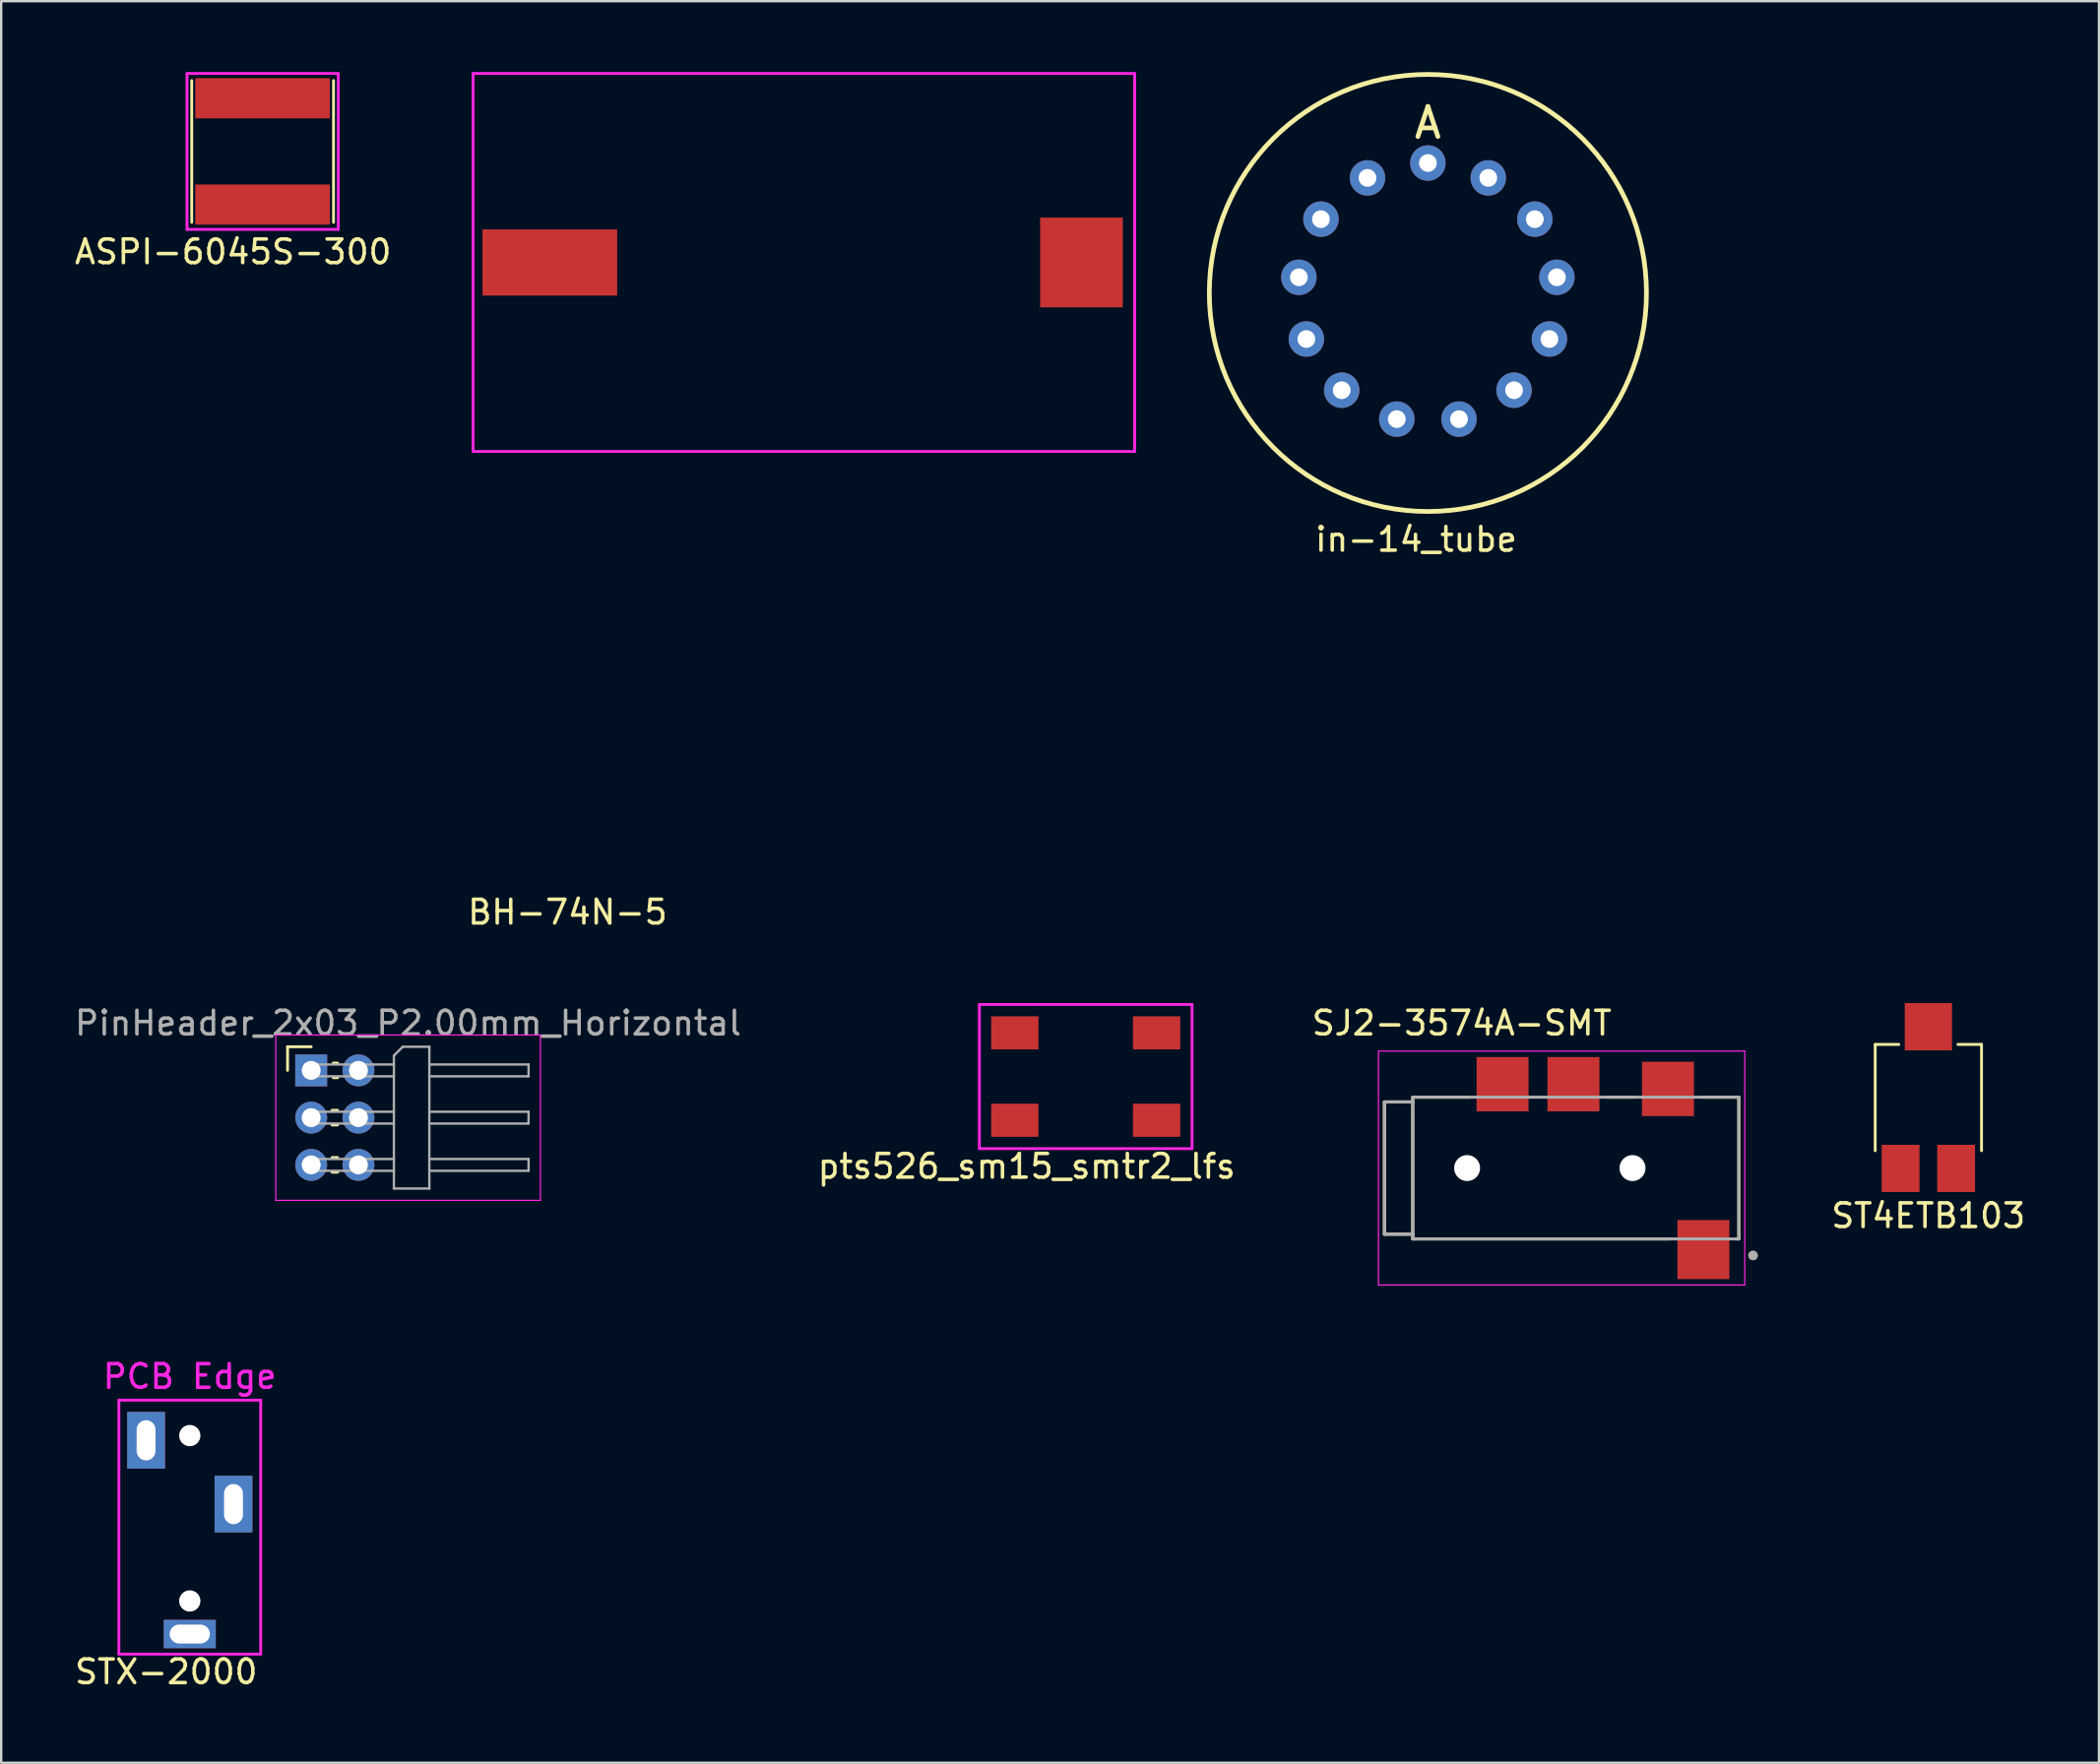
<source format=kicad_pcb>
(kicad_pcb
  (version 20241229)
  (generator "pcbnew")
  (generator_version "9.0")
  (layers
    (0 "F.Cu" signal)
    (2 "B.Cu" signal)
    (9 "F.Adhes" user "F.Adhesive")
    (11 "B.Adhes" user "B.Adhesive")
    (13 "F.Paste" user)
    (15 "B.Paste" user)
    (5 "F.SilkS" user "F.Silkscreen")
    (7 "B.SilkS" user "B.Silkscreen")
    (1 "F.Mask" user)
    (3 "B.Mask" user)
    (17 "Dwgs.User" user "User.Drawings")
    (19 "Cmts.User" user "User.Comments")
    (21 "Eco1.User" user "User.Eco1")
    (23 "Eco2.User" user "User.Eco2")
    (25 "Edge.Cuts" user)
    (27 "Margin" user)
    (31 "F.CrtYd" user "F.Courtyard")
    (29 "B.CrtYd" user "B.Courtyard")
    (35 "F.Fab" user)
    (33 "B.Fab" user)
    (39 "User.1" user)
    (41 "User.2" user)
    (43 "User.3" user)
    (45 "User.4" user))
  (footprint "in-14_tube"
    (layer "F.Cu")
    (at 57.38 9.35)
    (property "Reference" "in-14_tube" (at -0.5 10.43 0) (layer "F.SilkS") (effects (font (size 1 1) (thickness 0.15))))
    (attr through_hole)
    (fp_circle (center 0 0) (end 9.25 0) (stroke (width 0.2) (type solid)) (fill no) (layer "F.SilkS"))
    (fp_text user "A" (at 0 -7.2 0) (layer "F.SilkS") (effects (font (size 1.27 1.27) (thickness 0.2))))
    (pad "1" thru_hole circle (at 0 -5.5) (size 1.5 1.5) (drill 0.75) (layers "*.Cu" "*.Mask"))
    (pad "2" thru_hole circle (at 2.556 -4.87 0.2) (size 1.5 1.5) (drill 0.75) (layers "*.Cu" "*.Mask"))
    (pad "3" thru_hole circle (at 4.526 -3.124 0.2) (size 1.5 1.5) (drill 0.75) (layers "*.Cu" "*.Mask"))
    (pad "4" thru_hole circle (at 5.46 -0.663 0.2) (size 1.5 1.5) (drill 0.75) (layers "*.Cu" "*.Mask"))
    (pad "5" thru_hole circle (at 5.143 1.95 0.2) (size 1.5 1.5) (drill 0.75) (layers "*.Cu" "*.Mask"))
    (pad "6" thru_hole circle (at 3.647 4.117 0.2) (size 1.5 1.5) (drill 0.75) (layers "*.Cu" "*.Mask"))
    (pad "7" thru_hole circle (at 1.316 5.34 0.2) (size 1.5 1.5) (drill 0.75) (layers "*.Cu" "*.Mask"))
    (pad "8" thru_hole circle (at -1.316 5.34 0.2) (size 1.5 1.5) (drill 0.75) (layers "*.Cu" "*.Mask"))
    (pad "9" thru_hole circle (at -3.647 4.117 0.2) (size 1.5 1.5) (drill 0.75) (layers "*.Cu" "*.Mask"))
    (pad "10" thru_hole circle (at -5.143 1.95 0.2) (size 1.5 1.5) (drill 0.75) (layers "*.Cu" "*.Mask"))
    (pad "11" thru_hole circle (at -5.46 -0.663 0.2) (size 1.5 1.5) (drill 0.75) (layers "*.Cu" "*.Mask"))
    (pad "12" thru_hole circle (at -4.526 -3.124 0.2) (size 1.5 1.5) (drill 0.75) (layers "*.Cu" "*.Mask"))
    (pad "13" thru_hole circle (at -2.556 -4.87 0.2) (size 1.5 1.5) (drill 0.75) (layers "*.Cu" "*.Mask")))
  (footprint "BH-74N-5"
    (layer "F.Cu")
    (at 29.72 8.06)
    (property "Reference" "BH-74N-5" (at -8.75 27.5 0) (layer "F.SilkS") (effects (font (size 1 1) (thickness 0.15))))
    (attr through_hole)
    (fp_line (start -12.75 -8) (end -12.75 8) (stroke (width 0.12) (type solid)) (layer "F.CrtYd"))
    (fp_line (start 15.25 -8) (end -12.75 -8) (stroke (width 0.12) (type solid)) (layer "F.CrtYd"))
    (fp_line (start 15.25 -8) (end 15.25 8) (stroke (width 0.12) (type solid)) (layer "F.CrtYd"))
    (fp_line (start 15.25 8) (end -12.75 8) (stroke (width 0.12) (type solid)) (layer "F.CrtYd"))
    (pad "1" smd rect (at -9.5 0) (size 5.7 2.8) (layers "F.Cu" "F.Mask" "F.Paste"))
    (pad "2" smd rect (at 13 0) (size 3.5 3.8) (layers "F.Cu" "F.Mask" "F.Paste")))
  (footprint "PinHeader_2x03_P2.00mm_Horizontal"
    (layer "F.Cu")
    (at 10.12 42.257)
    (property "Reference" "PinHeader_2x03_P2.00mm_Horizontal" (at 4.1 -2 180) (layer "F.Fab") (effects (font (size 1 1) (thickness 0.15))))
    (attr through_hole)
    (fp_line (start -1 -1) (end 0 -1) (stroke (width 0.12) (type solid)) (layer "F.SilkS"))
    (fp_line (start -1 0) (end -1 -1) (stroke (width 0.12) (type solid)) (layer "F.SilkS"))
    (fp_line (start 0.882 1.69) (end 1.118 1.69) (stroke (width 0.12) (type solid)) (layer "F.SilkS"))
    (fp_line (start 0.882 2.31) (end 1.118 2.31) (stroke (width 0.12) (type solid)) (layer "F.SilkS"))
    (fp_line (start 0.882 3.69) (end 1.118 3.69) (stroke (width 0.12) (type solid)) (layer "F.SilkS"))
    (fp_line (start 0.882 4.31) (end 1.118 4.31) (stroke (width 0.12) (type solid)) (layer "F.SilkS"))
    (fp_line (start 0.935 -0.31) (end 1.118 -0.31) (stroke (width 0.12) (type solid)) (layer "F.SilkS"))
    (fp_line (start 0.935 0.31) (end 1.118 0.31) (stroke (width 0.12) (type solid)) (layer "F.SilkS"))
    (fp_line (start -1.5 -1.5) (end -1.5 5.5) (stroke (width 0.05) (type solid)) (layer "F.CrtYd"))
    (fp_line (start -1.5 5.5) (end 9.7 5.5) (stroke (width 0.05) (type solid)) (layer "F.CrtYd"))
    (fp_line (start 9.7 -1.5) (end -1.5 -1.5) (stroke (width 0.05) (type solid)) (layer "F.CrtYd"))
    (fp_line (start 9.7 5.5) (end 9.7 -1.5) (stroke (width 0.05) (type solid)) (layer "F.CrtYd"))
    (fp_line (start -0.25 -0.25) (end -0.25 0.25) (stroke (width 0.1) (type solid)) (layer "F.Fab"))
    (fp_line (start -0.25 -0.25) (end 3.5 -0.25) (stroke (width 0.1) (type solid)) (layer "F.Fab"))
    (fp_line (start -0.25 0.25) (end 3.5 0.25) (stroke (width 0.1) (type solid)) (layer "F.Fab"))
    (fp_line (start -0.25 1.75) (end -0.25 2.25) (stroke (width 0.1) (type solid)) (layer "F.Fab"))
    (fp_line (start -0.25 1.75) (end 3.5 1.75) (stroke (width 0.1) (type solid)) (layer "F.Fab"))
    (fp_line (start -0.25 2.25) (end 3.5 2.25) (stroke (width 0.1) (type solid)) (layer "F.Fab"))
    (fp_line (start -0.25 3.75) (end -0.25 4.25) (stroke (width 0.1) (type solid)) (layer "F.Fab"))
    (fp_line (start -0.25 3.75) (end 3.5 3.75) (stroke (width 0.1) (type solid)) (layer "F.Fab"))
    (fp_line (start -0.25 4.25) (end 3.5 4.25) (stroke (width 0.1) (type solid)) (layer "F.Fab"))
    (fp_line (start 3.5 -0.625) (end 3.875 -1) (stroke (width 0.1) (type solid)) (layer "F.Fab"))
    (fp_line (start 3.5 5) (end 3.5 -0.625) (stroke (width 0.1) (type solid)) (layer "F.Fab"))
    (fp_line (start 3.875 -1) (end 5 -1) (stroke (width 0.1) (type solid)) (layer "F.Fab"))
    (fp_line (start 5 -1) (end 5 5) (stroke (width 0.1) (type solid)) (layer "F.Fab"))
    (fp_line (start 5 -0.25) (end 9.2 -0.25) (stroke (width 0.1) (type solid)) (layer "F.Fab"))
    (fp_line (start 5 0.25) (end 9.2 0.25) (stroke (width 0.1) (type solid)) (layer "F.Fab"))
    (fp_line (start 5 1.75) (end 9.2 1.75) (stroke (width 0.1) (type solid)) (layer "F.Fab"))
    (fp_line (start 5 2.25) (end 9.2 2.25) (stroke (width 0.1) (type solid)) (layer "F.Fab"))
    (fp_line (start 5 3.75) (end 9.2 3.75) (stroke (width 0.1) (type solid)) (layer "F.Fab"))
    (fp_line (start 5 4.25) (end 9.2 4.25) (stroke (width 0.1) (type solid)) (layer "F.Fab"))
    (fp_line (start 5 5) (end 3.5 5) (stroke (width 0.1) (type solid)) (layer "F.Fab"))
    (fp_line (start 9.2 -0.25) (end 9.2 0.25) (stroke (width 0.1) (type solid)) (layer "F.Fab"))
    (fp_line (start 9.2 1.75) (end 9.2 2.25) (stroke (width 0.1) (type solid)) (layer "F.Fab"))
    (fp_line (start 9.2 3.75) (end 9.2 4.25) (stroke (width 0.1) (type solid)) (layer "F.Fab"))
    (pad "1" thru_hole rect (at 0 0) (size 1.35 1.35) (drill 0.8) (layers "*.Cu" "*.Mask"))
    (pad "2" thru_hole oval (at 2 0) (size 1.35 1.35) (drill 0.8) (layers "*.Cu" "*.Mask"))
    (pad "3" thru_hole oval (at 0 2) (size 1.35 1.35) (drill 0.8) (layers "*.Cu" "*.Mask"))
    (pad "4" thru_hole oval (at 2 2) (size 1.35 1.35) (drill 0.8) (layers "*.Cu" "*.Mask"))
    (pad "5" thru_hole oval (at 0 4) (size 1.35 1.35) (drill 0.8) (layers "*.Cu" "*.Mask"))
    (pad "6" thru_hole oval (at 2 4) (size 1.35 1.35) (drill 0.8) (layers "*.Cu" "*.Mask")))
  (footprint "pts526_sm15_smtr2_lfs"
    (layer "F.Cu")
    (at 42.899 42.518)
    (property "Reference" "pts526_sm15_smtr2_lfs" (at -2.5 3.8 0) (layer "F.SilkS") (effects (font (size 1 1) (thickness 0.15))))
    (attr through_hole)
    (fp_line (start -4.5 -3.05) (end 4.5 -3.05) (stroke (width 0.12) (type solid)) (layer "F.CrtYd"))
    (fp_line (start -4.5 3.05) (end -4.5 -3.05) (stroke (width 0.12) (type solid)) (layer "F.CrtYd"))
    (fp_line (start 4.5 -3.05) (end 4.5 3.05) (stroke (width 0.12) (type solid)) (layer "F.CrtYd"))
    (fp_line (start 4.5 3.05) (end -4.5 3.05) (stroke (width 0.12) (type solid)) (layer "F.CrtYd"))
    (pad "1" smd rect (at -3 -1.85) (size 2 1.4) (layers "F.Cu" "F.Mask" "F.Paste"))
    (pad "2" smd rect (at 3 -1.85) (size 2 1.4) (layers "F.Cu" "F.Mask" "F.Paste"))
    (pad "3" smd rect (at -3 1.85) (size 2 1.4) (layers "F.Cu" "F.Mask" "F.Paste"))
    (pad "4" smd rect (at 3 1.85) (size 2 1.4) (layers "F.Cu" "F.Mask" "F.Paste")))
  (footprint "ST4ETB103"
    (layer "F.Cu")
    (at 78.561 43.408)
    (property "Reference" "ST4ETB103" (at 0 5 0) (layer "F.SilkS") (effects (font (size 1 1) (thickness 0.15))))
    (attr smd)
    (fp_line (start -2.25 -2.25) (end -2.25 2.25) (stroke (width 0.12) (type solid)) (layer "F.SilkS"))
    (fp_line (start -1.25 -2.25) (end -2.25 -2.25) (stroke (width 0.12) (type solid)) (layer "F.SilkS"))
    (fp_line (start 2.25 -2.25) (end 1.25 -2.25) (stroke (width 0.12) (type solid)) (layer "F.SilkS"))
    (fp_line (start 2.25 2.25) (end 2.25 -2.25) (stroke (width 0.12) (type solid)) (layer "F.SilkS"))
    (pad "1" smd rect (at -1.175 3) (size 1.6 2) (layers "F.Cu" "F.Mask" "F.Paste"))
    (pad "2" smd rect (at 0 -3) (size 2 2) (layers "F.Cu" "F.Mask" "F.Paste"))
    (pad "3" smd rect (at 1.175 3) (size 1.6 2) (layers "F.Cu" "F.Mask" "F.Paste")))
  (footprint "SJ2-3574A-SMT"
    (layer "F.Cu")
    (at 63.04 46.392)
    (property "Reference" "SJ2-3574A-SMT" (at -4.225 -6.135 0) (layer "F.SilkS") (effects (font (size 1 1) (thickness 0.15))))
    (attr through_hole)
    (fp_line (start -7.5 -2.8) (end -7.5 2.8) (stroke (width 0.127) (type solid)) (layer "F.SilkS"))
    (fp_line (start -7.5 2.8) (end -6.3 2.8) (stroke (width 0.127) (type solid)) (layer "F.SilkS"))
    (fp_line (start -6.3 -3) (end -3.92 -3) (stroke (width 0.127) (type solid)) (layer "F.SilkS"))
    (fp_line (start -6.3 -2.8) (end -7.5 -2.8) (stroke (width 0.127) (type solid)) (layer "F.SilkS"))
    (fp_line (start -6.3 2.8) (end -6.3 -3) (stroke (width 0.127) (type solid)) (layer "F.SilkS"))
    (fp_line (start -6.3 3) (end -6.3 2.8) (stroke (width 0.127) (type solid)) (layer "F.SilkS"))
    (fp_line (start 1.92 -3) (end 3.08 -3) (stroke (width 0.127) (type solid)) (layer "F.SilkS"))
    (fp_line (start 4.58 3) (end -6.3 3) (stroke (width 0.127) (type solid)) (layer "F.SilkS"))
    (fp_line (start 5.92 -3) (end 7.5 -3) (stroke (width 0.127) (type solid)) (layer "F.SilkS"))
    (fp_line (start 7.5 -3) (end 7.5 3) (stroke (width 0.127) (type solid)) (layer "F.SilkS"))
    (fp_line (start 7.5 3) (end 7.42 3) (stroke (width 0.127) (type solid)) (layer "F.SilkS"))
    (fp_circle (center 8.1 3.7) (end 8.2 3.7) (stroke (width 0.2) (type solid)) (fill no) (layer "F.SilkS"))
    (fp_line (start -7.75 -4.95) (end 7.75 -4.95) (stroke (width 0.05) (type solid)) (layer "F.CrtYd"))
    (fp_line (start -7.75 4.95) (end -7.75 -4.95) (stroke (width 0.05) (type solid)) (layer "F.CrtYd"))
    (fp_line (start 7.75 -4.95) (end 7.75 4.95) (stroke (width 0.05) (type solid)) (layer "F.CrtYd"))
    (fp_line (start 7.75 4.95) (end -7.75 4.95) (stroke (width 0.05) (type solid)) (layer "F.CrtYd"))
    (fp_line (start -7.5 -2.8) (end -7.5 2.8) (stroke (width 0.127) (type solid)) (layer "F.Fab"))
    (fp_line (start -7.5 2.8) (end -6.3 2.8) (stroke (width 0.127) (type solid)) (layer "F.Fab"))
    (fp_line (start -6.3 -3) (end 7.5 -3) (stroke (width 0.127) (type solid)) (layer "F.Fab"))
    (fp_line (start -6.3 -2.8) (end -7.5 -2.8) (stroke (width 0.127) (type solid)) (layer "F.Fab"))
    (fp_line (start -6.3 -2.8) (end -6.3 -3) (stroke (width 0.127) (type solid)) (layer "F.Fab"))
    (fp_line (start -6.3 2.8) (end -6.3 -2.8) (stroke (width 0.127) (type solid)) (layer "F.Fab"))
    (fp_line (start -6.3 3) (end -6.3 2.8) (stroke (width 0.127) (type solid)) (layer "F.Fab"))
    (fp_line (start 7.5 -3) (end 7.5 3) (stroke (width 0.127) (type solid)) (layer "F.Fab"))
    (fp_line (start 7.5 3) (end -6.3 3) (stroke (width 0.127) (type solid)) (layer "F.Fab"))
    (fp_circle (center 8.1 3.7) (end 8.2 3.7) (stroke (width 0.2) (type solid)) (fill no) (layer "F.Fab"))
    (pad "" np_thru_hole circle (at -4 0) (size 1.1 1.1) (drill 1.1) (layers "*.Cu" "*.Mask"))
    (pad "" np_thru_hole circle (at 3 0) (size 1.1 1.1) (drill 1.1) (layers "*.Cu" "*.Mask"))
    (pad "1" smd rect (at 6 3.45) (size 2.2 2.5) (layers "F.Cu" "F.Mask" "F.Paste"))
    (pad "2" smd rect (at 4.5 -3.35) (size 2.2 2.3) (layers "F.Cu" "F.Mask" "F.Paste"))
    (pad "3" smd rect (at 0.5 -3.55) (size 2.2 2.3) (layers "F.Cu" "F.Mask" "F.Paste"))
    (pad "4" smd rect (at -2.5 -3.55) (size 2.2 2.3) (layers "F.Cu" "F.Mask" "F.Paste")))
  (footprint "STX-2000"
    (layer "F.Cu")
    (at 4.982 56.215)
    (property "Reference" "STX-2000" (at -1 11.5 180) (layer "F.SilkS") (effects (font (size 1 1) (thickness 0.15))))
    (attr through_hole)
    (fp_line (start -3 0) (end -3 10.75) (stroke (width 0.12) (type solid)) (layer "F.CrtYd"))
    (fp_line (start -3 10.75) (end 3 10.75) (stroke (width 0.12) (type solid)) (layer "F.CrtYd"))
    (fp_line (start 3 0) (end -3 0) (stroke (width 0.12) (type solid)) (layer "F.CrtYd"))
    (fp_line (start 3 10.75) (end 3 0) (stroke (width 0.12) (type solid)) (layer "F.CrtYd"))
    (fp_text user "PCB Edge" (at 0 -1 0) (layer "F.CrtYd") (effects (font (size 1 1) (thickness 0.15))))
    (pad "" np_thru_hole circle (at 0 1.5) (size 0.9 0.9) (drill 0.9) (layers "*.Cu" "*.Mask"))
    (pad "" np_thru_hole circle (at 0 8.5) (size 0.9 0.9) (drill 0.9) (layers "*.Cu" "*.Mask"))
    (pad "R" thru_hole rect (at 1.85 4.4) (size 1.6 2.4) (drill oval 0.8 1.7) (layers "*.Cu" "*.Mask"))
    (pad "S" thru_hole rect (at -1.85 1.7) (size 1.6 2.4) (drill oval 0.8 1.7) (layers "*.Cu" "*.Mask"))
    (pad "T" thru_hole rect (at 0 9.9 90) (size 1.2 2.2) (drill oval 0.8 1.7) (layers "*.Cu" "*.Mask")))
  (footprint "ASPI-6045S-300"
    (layer "F.Cu")
    (at 8.065 3.36)
    (property "Reference" "ASPI-6045S-300" (at -1.25 4.25 0) (layer "F.SilkS") (effects (font (size 1 1) (thickness 0.15))))
    (attr smd)
    (fp_line (start -3 3) (end -3 -3) (stroke (width 0.12) (type solid)) (layer "F.SilkS"))
    (fp_line (start 3 -3) (end 3 3) (stroke (width 0.12) (type solid)) (layer "F.SilkS"))
    (fp_line (start -3.2 -3.3) (end 3.2 -3.3) (stroke (width 0.12) (type solid)) (layer "F.CrtYd"))
    (fp_line (start -3.2 3.3) (end -3.2 -3.3) (stroke (width 0.12) (type solid)) (layer "F.CrtYd"))
    (fp_line (start 3.2 -3.3) (end 3.2 3.3) (stroke (width 0.12) (type solid)) (layer "F.CrtYd"))
    (fp_line (start 3.2 3.3) (end -3.2 3.3) (stroke (width 0.12) (type solid)) (layer "F.CrtYd"))
    (pad "1" smd rect (at 0 -2.25) (size 5.7 1.7) (layers "F.Cu" "F.Mask" "F.Paste"))
    (pad "2" smd rect (at 0 2.25) (size 5.7 1.7) (layers "F.Cu" "F.Mask" "F.Paste")))
  (gr_rect
    (start -3 -3)
    (end 85.781 71.563)
    (stroke (width 0.1) (type default))
    (fill no)
    (layer "Edge.Cuts")))
</source>
